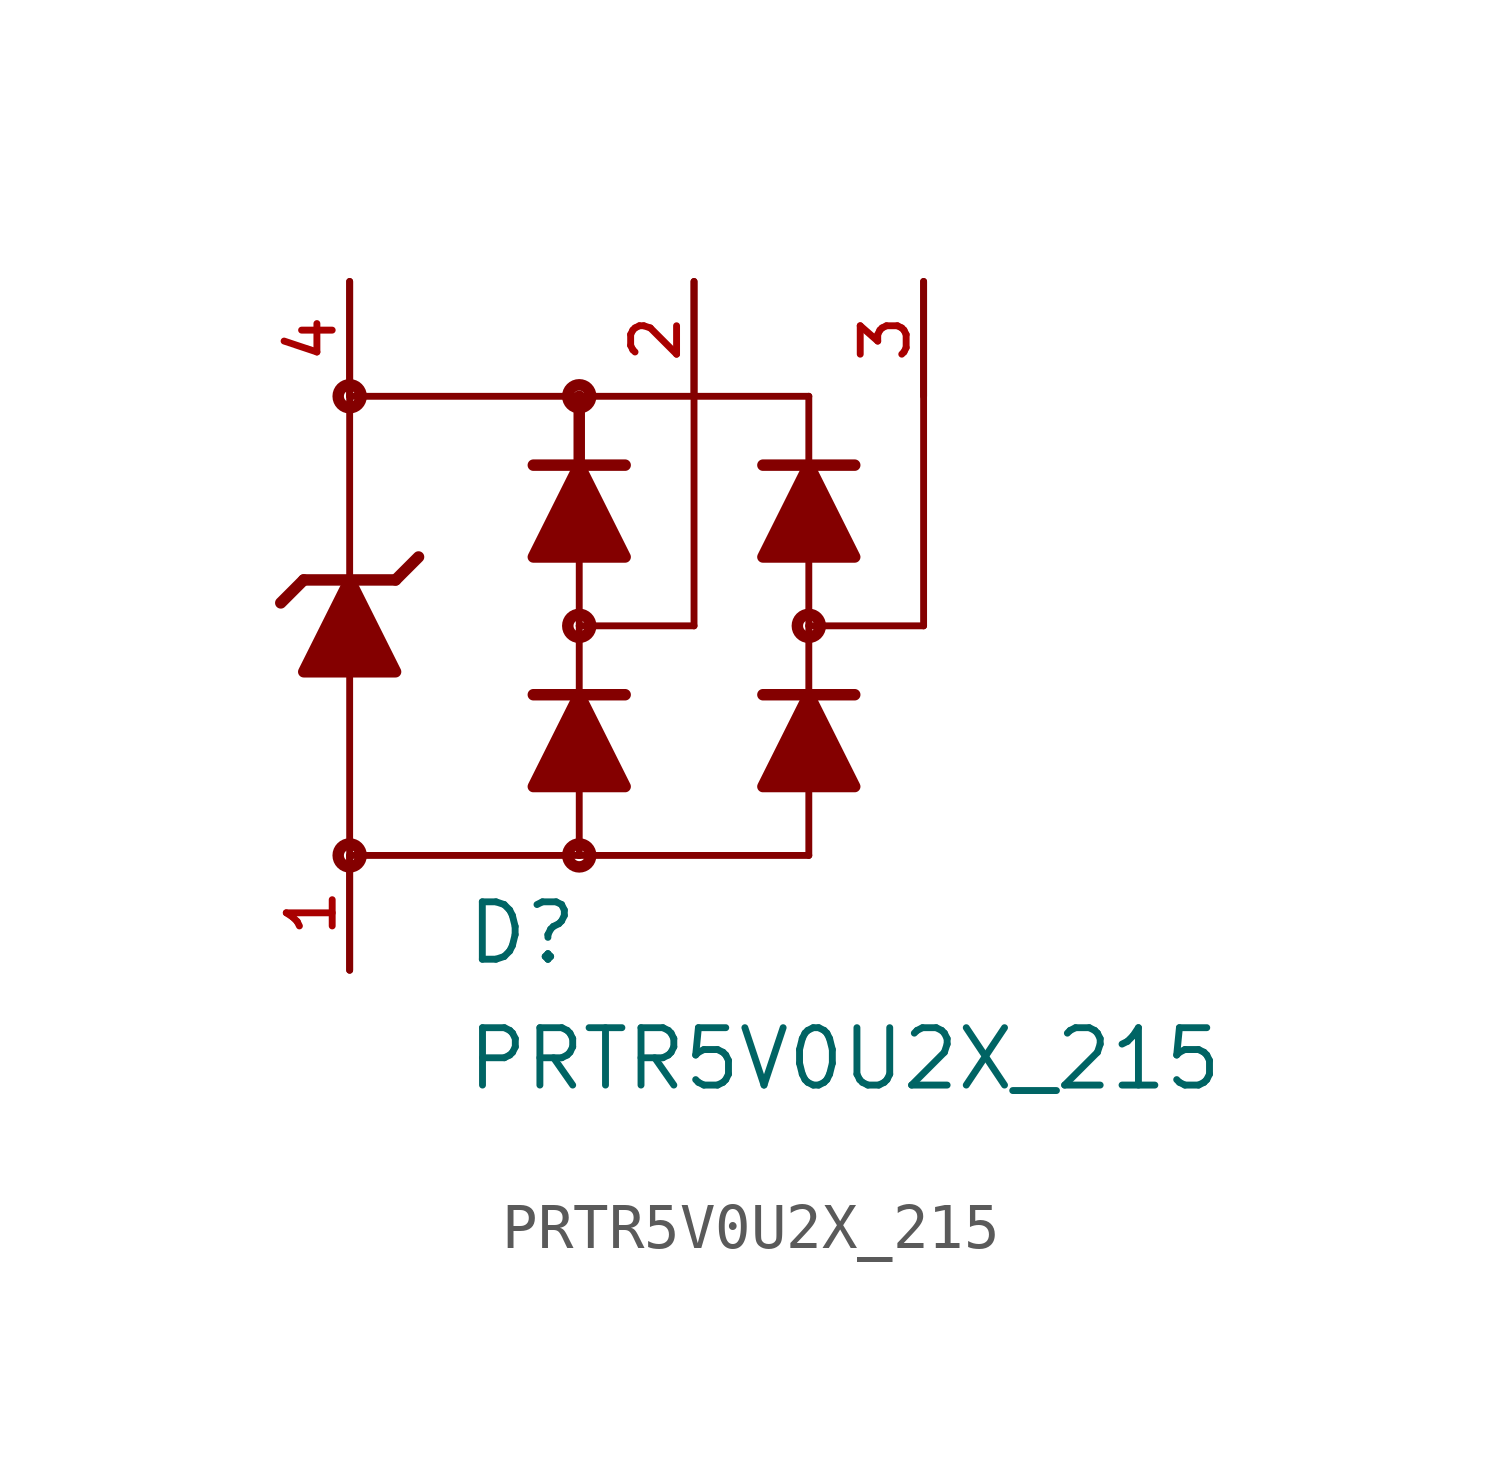
<source format=kicad_sym>
(kicad_symbol_lib
  (version 20241209)
  (generator "kicad_symbol_editor")
  (generator_version "9.0")
  (symbol "PRTR5V0U2X_215"
    (pin_names
      (offset 1.016))
    (property "Reference" "D"
      (at -2.547 -7.54 0)
      (effects (font (size 1.27 1.27)) (justify left bottom)))
    (property "Value" "PRTR5V0U2X_215"
      (at -2.543 -10.325 0)
      (effects (font (size 1.27 1.27)) (justify left bottom)))
    (symbol "PRTR5V0U2X_215_0_0"
      (polyline (pts (xy -6.096 1.016) (xy -6.604 0.508)) (stroke (width 0.254) (type default)) (fill (type none)))
      (polyline (pts (xy -6.096 1.016) (xy -5.08 1.016)) (stroke (width 0.254) (type default)) (fill (type none)))
      (polyline (pts (xy -6.096 -1.016) (xy -5.08 1.016) (xy -4.064 -1.016) (xy -6.096 -1.016)) (stroke (width 0.254) (type default)) (fill (type outline)))
      (circle (center -5.08 5.08) (radius 0.254) (stroke (width 0.254) (type default)) (fill (type none)))
      (polyline (pts (xy -5.08 1.016) (xy -5.08 7.62)) (stroke (width 0.152) (type default)) (fill (type none)))
      (polyline (pts (xy -5.08 1.016) (xy -4.064 1.016)) (stroke (width 0.254) (type default)) (fill (type none)))
      (polyline (pts (xy -5.08 -1.016) (xy -5.08 -7.62)) (stroke (width 0.152) (type default)) (fill (type none)))
      (circle (center -5.08 -5.08) (radius 0.254) (stroke (width 0.254) (type default)) (fill (type none)))
      (polyline (pts (xy -4.064 1.016) (xy -3.556 1.524)) (stroke (width 0.254) (type default)) (fill (type none)))
      (polyline (pts (xy -1.016 3.556) (xy 0 3.556)) (stroke (width 0.254) (type default)) (fill (type none)))
      (polyline (pts (xy -1.016 1.524) (xy 0 3.556) (xy 1.016 1.524) (xy -1.016 1.524)) (stroke (width 0.254) (type default)) (fill (type outline)))
      (polyline (pts (xy -1.016 -1.524) (xy 0 -1.524)) (stroke (width 0.254) (type default)) (fill (type none)))
      (polyline (pts (xy -1.016 -3.556) (xy 0 -1.524) (xy 1.016 -3.556) (xy -1.016 -3.556)) (stroke (width 0.254) (type default)) (fill (type outline)))
      (circle (center 0 5.08) (radius 0.254) (stroke (width 0.254) (type default)) (fill (type none)))
      (polyline (pts (xy 0 5.08) (xy -5.08 5.08)) (stroke (width 0.152) (type default)) (fill (type none)))
      (polyline (pts (xy 0 3.556) (xy 0 5.08)) (stroke (width 0.254) (type default)) (fill (type none)))
      (polyline (pts (xy 0 3.556) (xy 1.016 3.556)) (stroke (width 0.254) (type default)) (fill (type none)))
      (polyline (pts (xy 0 0) (xy 0 1.524)) (stroke (width 0.152) (type default)) (fill (type none)))
      (polyline (pts (xy 0 0) (xy 2.54 0)) (stroke (width 0.152) (type default)) (fill (type none)))
      (circle (center 0 0) (radius 0.254) (stroke (width 0.254) (type default)) (fill (type none)))
      (polyline (pts (xy 0 -1.524) (xy 0 0)) (stroke (width 0.152) (type default)) (fill (type none)))
      (polyline (pts (xy 0 -1.524) (xy 1.016 -1.524)) (stroke (width 0.254) (type default)) (fill (type none)))
      (polyline (pts (xy 0 -3.556) (xy 0 -5.08)) (stroke (width 0.152) (type default)) (fill (type none)))
      (polyline (pts (xy 0 -5.08) (xy -5.08 -5.08)) (stroke (width 0.152) (type default)) (fill (type none)))
      (circle (center 0 -5.08) (radius 0.254) (stroke (width 0.254) (type default)) (fill (type none)))
      (polyline (pts (xy 2.54 0) (xy 2.54 7.62)) (stroke (width 0.152) (type default)) (fill (type none)))
      (polyline (pts (xy 4.064 3.556) (xy 5.08 3.556)) (stroke (width 0.254) (type default)) (fill (type none)))
      (polyline (pts (xy 4.064 1.524) (xy 5.08 3.556) (xy 6.096 1.524) (xy 4.064 1.524)) (stroke (width 0.254) (type default)) (fill (type outline)))
      (polyline (pts (xy 4.064 -1.524) (xy 5.08 -1.524)) (stroke (width 0.254) (type default)) (fill (type none)))
      (polyline (pts (xy 4.064 -3.556) (xy 5.08 -1.524) (xy 6.096 -3.556) (xy 4.064 -3.556)) (stroke (width 0.254) (type default)) (fill (type outline)))
      (polyline (pts (xy 5.08 5.08) (xy 0 5.08)) (stroke (width 0.152) (type default)) (fill (type none)))
      (polyline (pts (xy 5.08 3.556) (xy 5.08 5.08)) (stroke (width 0.152) (type default)) (fill (type none)))
      (polyline (pts (xy 5.08 3.556) (xy 6.096 3.556)) (stroke (width 0.254) (type default)) (fill (type none)))
      (polyline (pts (xy 5.08 0) (xy 5.08 1.524)) (stroke (width 0.152) (type default)) (fill (type none)))
      (polyline (pts (xy 5.08 0) (xy 7.62 0)) (stroke (width 0.152) (type default)) (fill (type none)))
      (circle (center 5.08 0) (radius 0.254) (stroke (width 0.254) (type default)) (fill (type none)))
      (polyline (pts (xy 5.08 -1.524) (xy 5.08 0)) (stroke (width 0.152) (type default)) (fill (type none)))
      (polyline (pts (xy 5.08 -1.524) (xy 6.096 -1.524)) (stroke (width 0.254) (type default)) (fill (type none)))
      (polyline (pts (xy 5.08 -3.556) (xy 5.08 -5.08)) (stroke (width 0.152) (type default)) (fill (type none)))
      (polyline (pts (xy 5.08 -5.08) (xy 0 -5.08)) (stroke (width 0.152) (type default)) (fill (type none)))
      (polyline (pts (xy 7.62 0) (xy 7.62 7.62)) (stroke (width 0.152) (type default)) (fill (type none)))
      (pin passive line (at -5.08 7.62 270) (length 2.54) (name "~" (effects (font (size 1.016 1.016)))) (number "4" (effects (font (size 1.016 1.016)))))
      (pin passive line (at -5.08 -7.62 90) (length 2.54) (name "~" (effects (font (size 1.016 1.016)))) (number "1" (effects (font (size 1.016 1.016)))))
      (pin passive line (at 2.54 7.62 270) (length 2.54) (name "~" (effects (font (size 1.016 1.016)))) (number "2" (effects (font (size 1.016 1.016)))))
      (pin passive line (at 7.62 7.62 270) (length 2.54) (name "~" (effects (font (size 1.016 1.016)))) (number "3" (effects (font (size 1.016 1.016))))))))
</source>
